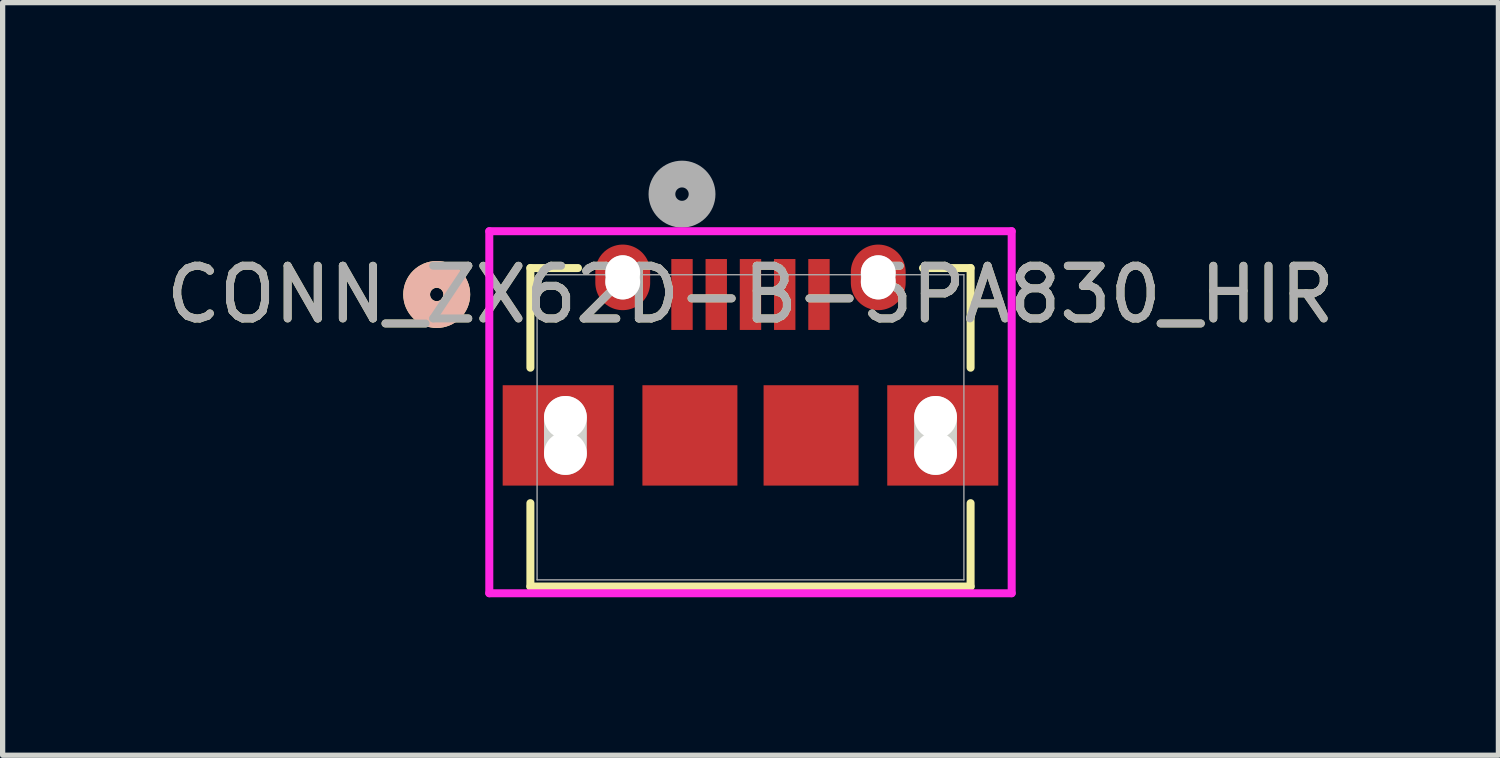
<source format=kicad_pcb>
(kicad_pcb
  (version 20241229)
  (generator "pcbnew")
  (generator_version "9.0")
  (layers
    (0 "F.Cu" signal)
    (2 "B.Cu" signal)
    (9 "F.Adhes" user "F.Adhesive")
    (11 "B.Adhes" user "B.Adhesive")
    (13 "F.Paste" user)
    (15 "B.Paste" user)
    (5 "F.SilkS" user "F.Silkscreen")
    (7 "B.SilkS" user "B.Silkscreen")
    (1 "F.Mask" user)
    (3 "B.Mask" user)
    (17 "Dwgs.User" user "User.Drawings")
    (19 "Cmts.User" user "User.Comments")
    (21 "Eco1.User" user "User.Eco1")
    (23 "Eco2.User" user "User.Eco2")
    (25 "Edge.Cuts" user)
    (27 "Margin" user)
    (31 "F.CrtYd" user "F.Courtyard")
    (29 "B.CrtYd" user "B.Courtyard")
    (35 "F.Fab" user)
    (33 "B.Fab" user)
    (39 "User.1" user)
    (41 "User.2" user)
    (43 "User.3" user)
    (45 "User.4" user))
  (footprint "CONN_ZX62D-B-5PA830_HIR"
    (layer "F.Cu")
    (at 11.196 5.061)
    (property "Reference" "CONN_ZX62D-B-5PA830_HIR" (at 0 -2.521 0) (unlocked yes) (layer "F.SilkS") (effects (font (size 1 1) (thickness 0.15))))
    (attr smd)
    (fp_line (start -4.178 -3.023) (end -4.178 -1.131) (stroke (width 0.152) (type solid)) (layer "F.SilkS"))
    (fp_line (start -4.178 1.44) (end -4.178 3.023) (stroke (width 0.152) (type solid)) (layer "F.SilkS"))
    (fp_line (start -4.178 3.023) (end 4.178 3.023) (stroke (width 0.152) (type solid)) (layer "F.SilkS"))
    (fp_line (start -3.275 -3.023) (end -4.178 -3.023) (stroke (width 0.152) (type solid)) (layer "F.SilkS"))
    (fp_line (start 4.178 -3.023) (end 3.275 -3.023) (stroke (width 0.152) (type solid)) (layer "F.SilkS"))
    (fp_line (start 4.178 -1.131) (end 4.178 -3.023) (stroke (width 0.152) (type solid)) (layer "F.SilkS"))
    (fp_line (start 4.178 3.023) (end 4.178 1.44) (stroke (width 0.152) (type solid)) (layer "F.SilkS"))
    (fp_circle (center -5.956 -2.521) (end -5.575 -2.521) (stroke (width 0.508) (type solid)) (fill no) (layer "F.SilkS"))
    (fp_circle (center -5.956 -2.521) (end -5.575 -2.521) (stroke (width 0.508) (type solid)) (fill no) (layer "B.SilkS"))
    (fp_line (start -3.513 0.497) (end -3.513 -0.188) (stroke (width 0.813) (type solid)) (layer "Edge.Cuts"))
    (fp_line (start -2.425 -2.757) (end -2.425 -2.935) (stroke (width 0.66) (type solid)) (layer "Edge.Cuts"))
    (fp_line (start 2.425 -2.757) (end 2.425 -2.935) (stroke (width 0.66) (type solid)) (layer "Edge.Cuts"))
    (fp_line (start 3.513 0.497) (end 3.513 -0.188) (stroke (width 0.813) (type solid)) (layer "Edge.Cuts"))
    (fp_line (start -4.958 -3.722) (end -4.958 3.15) (stroke (width 0.152) (type solid)) (layer "F.CrtYd"))
    (fp_line (start -4.958 3.15) (end 4.958 3.15) (stroke (width 0.152) (type solid)) (layer "F.CrtYd"))
    (fp_line (start 4.958 -3.722) (end -4.958 -3.722) (stroke (width 0.152) (type solid)) (layer "F.CrtYd"))
    (fp_line (start 4.958 3.15) (end 4.958 -3.722) (stroke (width 0.152) (type solid)) (layer "F.CrtYd"))
    (fp_line (start -4.051 -2.896) (end -4.051 2.896) (stroke (width 0.025) (type solid)) (layer "F.Fab"))
    (fp_line (start -4.051 2.896) (end 4.051 2.896) (stroke (width 0.025) (type solid)) (layer "F.Fab"))
    (fp_line (start 4.051 -2.896) (end -4.051 -2.896) (stroke (width 0.025) (type solid)) (layer "F.Fab"))
    (fp_line (start 4.051 2.896) (end 4.051 -2.896) (stroke (width 0.025) (type solid)) (layer "F.Fab"))
    (fp_circle (center -1.3 -4.426) (end -0.919 -4.426) (stroke (width 0.508) (type solid)) (fill no) (layer "F.Fab"))
    (fp_text user "${REFERENCE}" (at 0 -2.521 0) (unlocked yes) (layer "F.Fab") (effects (font (size 1 1) (thickness 0.15))))
    (pad "" np_thru_hole circle (at -3.513 -0.188) (size 0.813 0.813) (drill 0.813) (layers "*.Cu" "*.Mask"))
    (pad "" np_thru_hole circle (at -3.513 0.497) (size 0.813 0.813) (drill 0.813) (layers "*.Cu" "*.Mask"))
    (pad "" np_thru_hole circle (at -2.425 -2.935) (size 0.66 0.66) (drill 0.66) (layers "*.Cu" "*.Mask"))
    (pad "" np_thru_hole circle (at -2.425 -2.757) (size 0.66 0.66) (drill 0.66) (layers "*.Cu" "*.Mask"))
    (pad "" np_thru_hole circle (at 2.425 -2.935) (size 0.66 0.66) (drill 0.66) (layers "*.Cu" "*.Mask"))
    (pad "" np_thru_hole circle (at 2.425 -2.757) (size 0.66 0.66) (drill 0.66) (layers "*.Cu" "*.Mask"))
    (pad "" np_thru_hole circle (at 3.513 -0.188) (size 0.813 0.813) (drill 0.813) (layers "*.Cu" "*.Mask"))
    (pad "" np_thru_hole circle (at 3.513 0.497) (size 0.813 0.813) (drill 0.813) (layers "*.Cu" "*.Mask"))
    (pad "1" smd rect (at -1.3 -2.521) (size 0.406 1.346) (layers "F.Cu" "F.Mask" "F.Paste"))
    (pad "2" smd rect (at -0.65 -2.521) (size 0.406 1.346) (layers "F.Cu" "F.Mask" "F.Paste"))
    (pad "3" smd rect (at 0 -2.521) (size 0.406 1.346) (layers "F.Cu" "F.Mask" "F.Paste"))
    (pad "4" smd rect (at 0.65 -2.521) (size 0.406 1.346) (layers "F.Cu" "F.Mask" "F.Paste"))
    (pad "5" smd rect (at 1.3 -2.521) (size 0.406 1.346) (layers "F.Cu" "F.Mask" "F.Paste"))
    (pad "6" smd oval (at -2.425 -2.846) (size 1.041 1.245) (layers "F.Cu" "F.Mask" "F.Paste"))
    (pad "7" smd oval (at 2.425 -2.846) (size 1.041 1.245) (layers "F.Cu" "F.Mask" "F.Paste"))
    (pad "8" smd rect (at -3.65 0.154) (size 2.108 1.905) (layers "F.Cu" "F.Mask" "F.Paste"))
    (pad "9" smd rect (at 3.65 0.154) (size 2.108 1.905) (layers "F.Cu" "F.Mask" "F.Paste"))
    (pad "10" smd rect (at -1.15 0.154) (size 1.803 1.905) (layers "F.Cu" "F.Mask" "F.Paste"))
    (pad "11" smd rect (at 1.15 0.154) (size 1.803 1.905) (layers "F.Cu" "F.Mask" "F.Paste")))
  (gr_rect
    (start -3 -3)
    (end 25.393 11.286)
    (stroke (width 0.1) (type default))
    (fill no)
    (layer "Edge.Cuts")))
</source>
